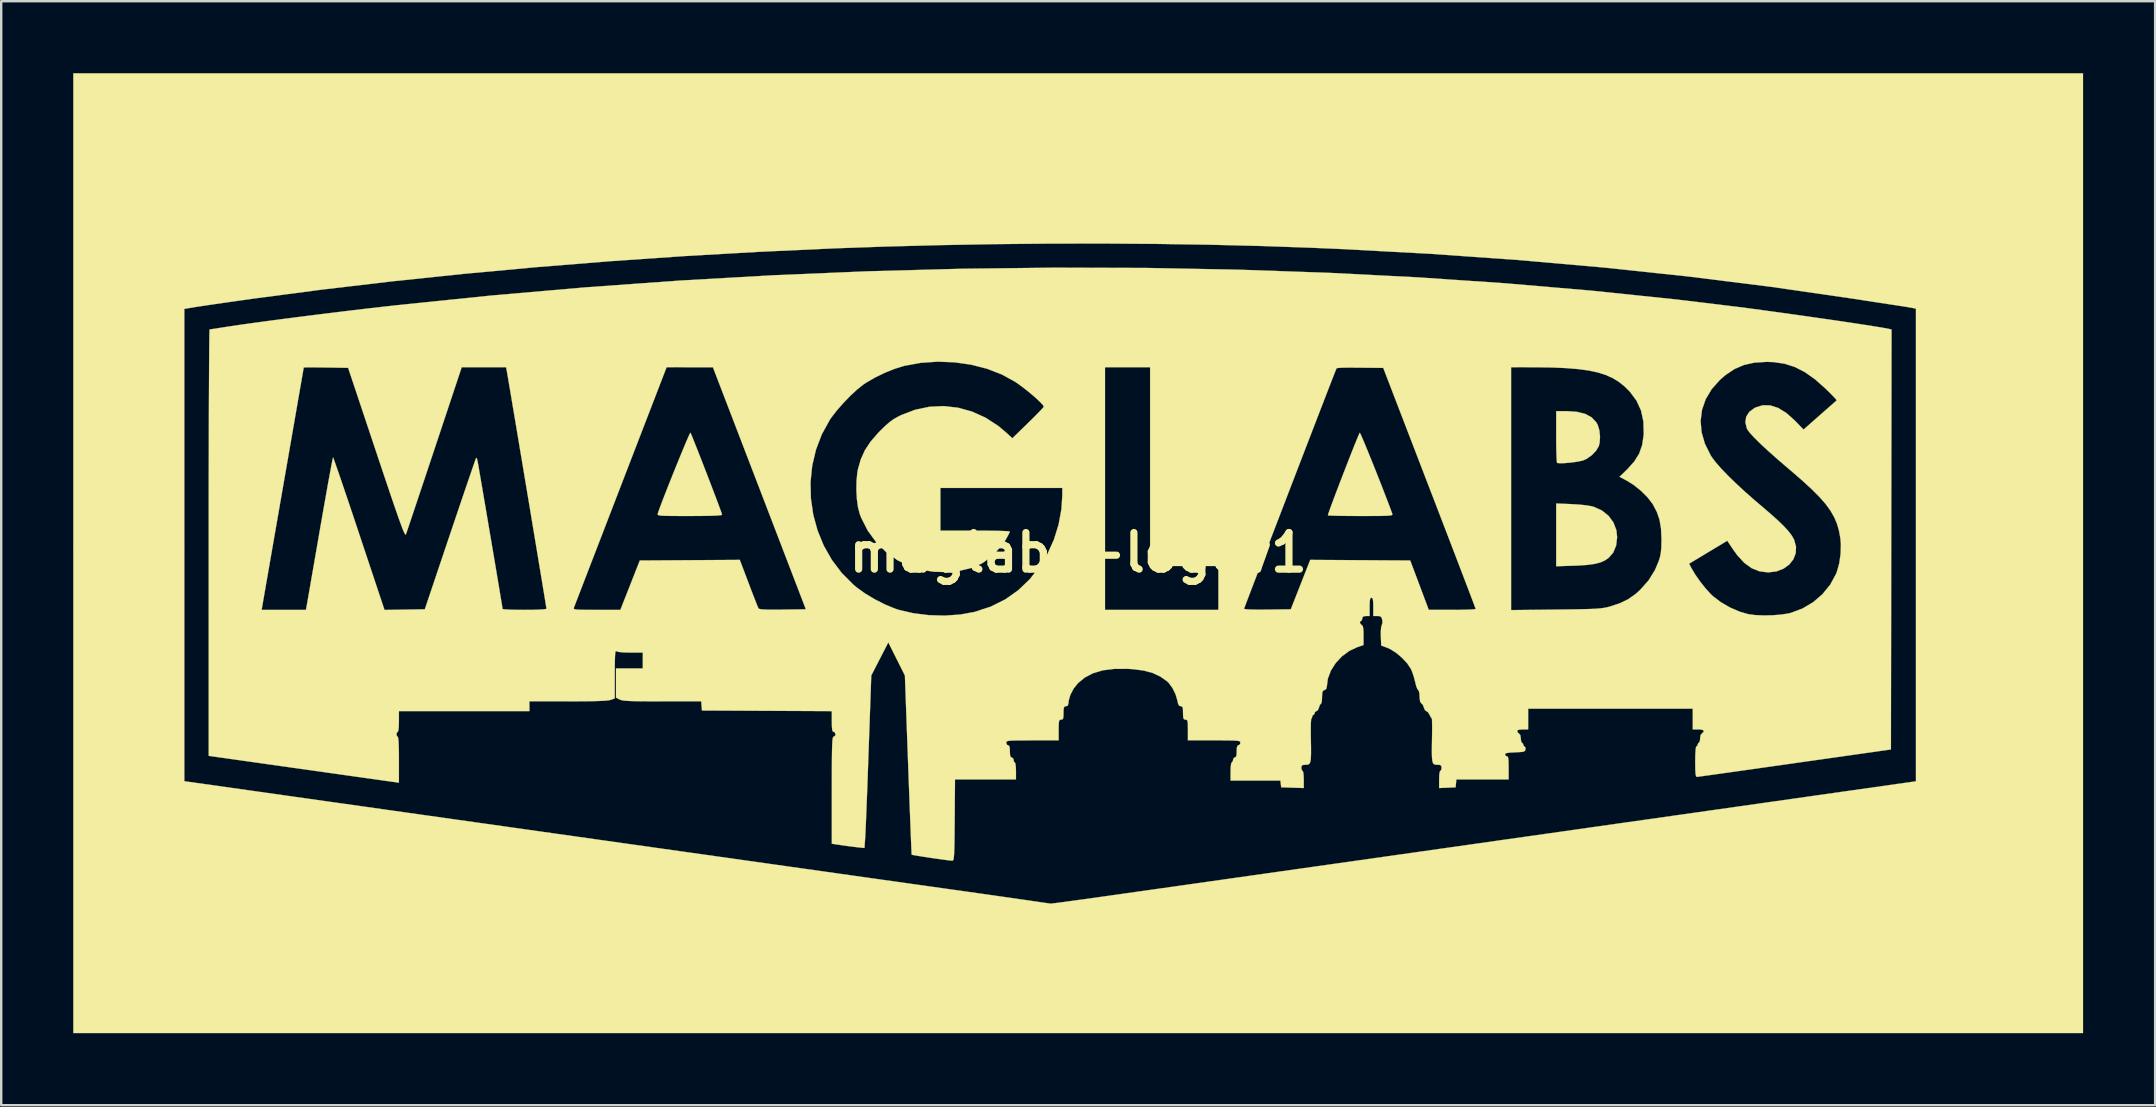
<source format=kicad_pcb>
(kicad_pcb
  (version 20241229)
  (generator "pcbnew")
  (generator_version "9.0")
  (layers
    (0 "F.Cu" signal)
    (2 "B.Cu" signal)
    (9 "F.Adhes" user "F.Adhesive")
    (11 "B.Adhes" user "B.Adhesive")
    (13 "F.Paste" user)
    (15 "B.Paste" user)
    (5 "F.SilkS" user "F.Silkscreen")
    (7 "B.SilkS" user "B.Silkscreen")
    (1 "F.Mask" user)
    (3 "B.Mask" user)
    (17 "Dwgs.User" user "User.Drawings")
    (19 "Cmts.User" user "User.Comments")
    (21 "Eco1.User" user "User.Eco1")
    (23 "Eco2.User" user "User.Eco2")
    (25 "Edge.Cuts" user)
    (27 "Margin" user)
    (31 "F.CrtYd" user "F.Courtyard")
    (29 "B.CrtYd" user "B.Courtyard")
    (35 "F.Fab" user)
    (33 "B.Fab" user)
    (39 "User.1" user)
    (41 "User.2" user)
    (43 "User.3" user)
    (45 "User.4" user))
  (footprint "maglabs-logov1"
    (layer "F.Cu")
    (at 41.864 19.969)
    (property "Reference" "maglabs-logov1" (at 0 0 0) (layer "F.SilkS") (effects (font (size 1.524 1.524) (thickness 0.3))))
    (attr through_hole)
    (fp_poly (pts (xy 20.561 -2.018) (xy 20.87 -1.999) (xy 21.151 -1.97) (xy 21.374 -1.933) (xy 21.473 -1.909) (xy 21.814 -1.755) (xy 22.092 -1.534) (xy 22.297 -1.257) (xy 22.42 -0.936) (xy 22.452 -0.642) (xy 22.411 -0.293) (xy 22.291 -0.002) (xy 22.103 0.217) (xy 21.943 0.327) (xy 21.752 0.412) (xy 21.512 0.473) (xy 21.21 0.514) (xy 20.828 0.54) (xy 20.663 0.546) (xy 19.914 0.57) (xy 19.914 -2.045) (xy 20.561 -2.018)) (stroke (width 0.01) (type solid)) (fill yes) (layer "F.SilkS"))
    (fp_poly (pts (xy 20.77 -5.864) (xy 21.12 -5.778) (xy 21.39 -5.633) (xy 21.582 -5.429) (xy 21.646 -5.314) (xy 21.712 -5.091) (xy 21.739 -4.83) (xy 21.724 -4.578) (xy 21.689 -4.436) (xy 21.575 -4.243) (xy 21.396 -4.057) (xy 21.185 -3.907) (xy 21.035 -3.84) (xy 20.881 -3.803) (xy 20.684 -3.77) (xy 20.469 -3.744) (xy 20.262 -3.727) (xy 20.089 -3.721) (xy 19.976 -3.729) (xy 19.95 -3.74) (xy 19.939 -3.799) (xy 19.93 -3.945) (xy 19.922 -4.161) (xy 19.916 -4.432) (xy 19.914 -4.742) (xy 19.914 -4.834) (xy 19.914 -5.893) (xy 20.337 -5.893) (xy 20.77 -5.864)) (stroke (width 0.01) (type solid)) (fill yes) (layer "F.SilkS"))
    (fp_poly (pts (xy 11.755 -4.953) (xy 11.81 -4.832) (xy 11.892 -4.641) (xy 11.996 -4.392) (xy 12.116 -4.098) (xy 12.249 -3.771) (xy 12.388 -3.424) (xy 12.529 -3.068) (xy 12.667 -2.716) (xy 12.797 -2.381) (xy 12.915 -2.075) (xy 13.014 -1.811) (xy 13.086 -1.613) (xy 13.09 -1.586) (xy 13.073 -1.565) (xy 13.024 -1.55) (xy 12.932 -1.539) (xy 12.787 -1.531) (xy 12.576 -1.527) (xy 12.289 -1.525) (xy 11.916 -1.524) (xy 11.774 -1.524) (xy 11.415 -1.525) (xy 11.09 -1.528) (xy 10.813 -1.532) (xy 10.597 -1.538) (xy 10.456 -1.544) (xy 10.404 -1.551) (xy 10.416 -1.602) (xy 10.461 -1.734) (xy 10.533 -1.935) (xy 10.628 -2.191) (xy 10.741 -2.49) (xy 10.866 -2.819) (xy 10.999 -3.165) (xy 11.134 -3.514) (xy 11.267 -3.855) (xy 11.392 -4.174) (xy 11.505 -4.458) (xy 11.601 -4.695) (xy 11.674 -4.87) (xy 11.72 -4.972) (xy 11.732 -4.992) (xy 11.755 -4.953)) (stroke (width 0.01) (type solid)) (fill yes) (layer "F.SilkS"))
    (fp_poly (pts (xy -16.153 -4.993) (xy -16.126 -4.937) (xy -16.068 -4.799) (xy -15.985 -4.592) (xy -15.881 -4.33) (xy -15.762 -4.027) (xy -15.632 -3.694) (xy -15.497 -3.346) (xy -15.362 -2.995) (xy -15.232 -2.656) (xy -15.112 -2.34) (xy -15.007 -2.063) (xy -14.923 -1.835) (xy -14.864 -1.672) (xy -14.835 -1.586) (xy -14.834 -1.577) (xy -14.884 -1.558) (xy -15.037 -1.544) (xy -15.29 -1.533) (xy -15.645 -1.527) (xy -16.101 -1.524) (xy -16.186 -1.524) (xy -16.591 -1.524) (xy -16.906 -1.526) (xy -17.141 -1.529) (xy -17.308 -1.535) (xy -17.418 -1.544) (xy -17.482 -1.558) (xy -17.511 -1.577) (xy -17.516 -1.602) (xy -17.513 -1.621) (xy -17.479 -1.725) (xy -17.415 -1.902) (xy -17.326 -2.138) (xy -17.217 -2.42) (xy -17.093 -2.735) (xy -16.959 -3.072) (xy -16.821 -3.417) (xy -16.683 -3.757) (xy -16.551 -4.08) (xy -16.429 -4.374) (xy -16.324 -4.624) (xy -16.239 -4.819) (xy -16.181 -4.947) (xy -16.154 -4.993) (xy -16.153 -4.993)) (stroke (width 0.01) (type solid)) (fill yes) (layer "F.SilkS"))
    (fp_poly (pts (xy 41.859 20.015) (xy -41.859 20.015) (xy -41.859 -10.15) (xy -37.236 -10.15) (xy -37.236 -0.312) (xy -37.236 9.525) (xy -33.159 10.1) (xy -32.653 10.172) (xy -32.055 10.256) (xy -31.374 10.353) (xy -30.617 10.459) (xy -29.795 10.575) (xy -28.915 10.7) (xy -27.986 10.831) (xy -27.016 10.968) (xy -26.015 11.109) (xy -24.991 11.254) (xy -23.952 11.4) (xy -22.908 11.548) (xy -21.866 11.695) (xy -20.835 11.84) (xy -20.117 11.942) (xy -18.835 12.123) (xy -17.647 12.291) (xy -16.546 12.446) (xy -15.524 12.59) (xy -14.575 12.724) (xy -13.692 12.849) (xy -12.867 12.965) (xy -12.095 13.074) (xy -11.367 13.177) (xy -10.677 13.274) (xy -10.018 13.367) (xy -9.383 13.457) (xy -8.765 13.544) (xy -8.157 13.63) (xy -7.551 13.715) (xy -6.942 13.801) (xy -6.322 13.888) (xy -5.685 13.978) (xy -5.022 14.071) (xy -5.004 14.073) (xy -4.533 14.14) (xy -4.043 14.209) (xy -3.557 14.278) (xy -3.096 14.344) (xy -2.683 14.403) (xy -2.338 14.453) (xy -2.21 14.471) (xy -1.899 14.517) (xy -1.622 14.557) (xy -1.394 14.59) (xy -1.232 14.613) (xy -1.152 14.624) (xy -1.147 14.625) (xy -1.088 14.619) (xy -0.94 14.601) (xy -0.714 14.572) (xy -0.422 14.532) (xy -0.075 14.485) (xy 0.314 14.432) (xy 0.732 14.373) (xy 0.922 14.346) (xy 1.208 14.306) (xy 1.585 14.253) (xy 2.05 14.187) (xy 2.596 14.11) (xy 3.221 14.021) (xy 3.919 13.923) (xy 4.685 13.814) (xy 5.516 13.696) (xy 6.406 13.57) (xy 7.351 13.436) (xy 8.347 13.295) (xy 9.389 13.147) (xy 10.472 12.994) (xy 11.592 12.835) (xy 12.744 12.672) (xy 13.924 12.505) (xy 15.126 12.334) (xy 16.348 12.161) (xy 17.584 11.985) (xy 18.829 11.809) (xy 20.079 11.632) (xy 21.329 11.454) (xy 22.575 11.277) (xy 23.813 11.102) (xy 25.037 10.928) (xy 26.243 10.757) (xy 27.427 10.589) (xy 28.584 10.425) (xy 29.71 10.265) (xy 30.799 10.11) (xy 31.848 9.961) (xy 32.144 9.919) (xy 34.9 9.528) (xy 34.9 -10.158) (xy 34.785 -10.185) (xy 34.693 -10.203) (xy 34.524 -10.231) (xy 34.3 -10.267) (xy 34.045 -10.306) (xy 34.011 -10.311) (xy 33.754 -10.35) (xy 33.425 -10.4) (xy 33.05 -10.458) (xy 32.657 -10.518) (xy 32.272 -10.577) (xy 32.207 -10.587) (xy 28.832 -11.075) (xy 25.395 -11.504) (xy 21.892 -11.875) (xy 18.318 -12.189) (xy 14.669 -12.446) (xy 10.94 -12.646) (xy 9.703 -12.699) (xy 7.649 -12.771) (xy 5.514 -12.824) (xy 3.315 -12.858) (xy 1.072 -12.874) (xy -1.199 -12.871) (xy -3.479 -12.849) (xy -5.749 -12.808) (xy -7.991 -12.749) (xy -10.16 -12.673) (xy -13.284 -12.529) (xy -16.403 -12.351) (xy -19.502 -12.137) (xy -22.571 -11.89) (xy -25.595 -11.611) (xy -28.561 -11.301) (xy -31.459 -10.96) (xy -34.273 -10.591) (xy -34.798 -10.517) (xy -35.225 -10.456) (xy -35.635 -10.398) (xy -36.013 -10.343) (xy -36.345 -10.294) (xy -36.615 -10.253) (xy -36.81 -10.223) (xy -36.894 -10.209) (xy -37.236 -10.15) (xy -41.859 -10.15) (xy -41.859 -19.964) (xy 41.859 -19.964) (xy 41.859 20.015)) (stroke (width 0.01) (type solid)) (fill yes) (layer "F.SilkS"))
    (fp_poly (pts (xy 2.856 -11.857) (xy 6.661 -11.785) (xy 10.423 -11.655) (xy 14.135 -11.466) (xy 17.789 -11.218) (xy 21.379 -10.911) (xy 24.897 -10.546) (xy 27.478 -10.234) (xy 27.966 -10.171) (xy 28.492 -10.1) (xy 29.045 -10.025) (xy 29.614 -9.946) (xy 30.188 -9.865) (xy 30.757 -9.784) (xy 31.309 -9.705) (xy 31.833 -9.628) (xy 32.319 -9.555) (xy 32.756 -9.488) (xy 33.133 -9.429) (xy 33.439 -9.38) (xy 33.663 -9.34) (xy 33.769 -9.319) (xy 33.884 -9.294) (xy 33.871 -0.546) (xy 33.858 8.202) (xy 29.845 8.772) (xy 29.218 8.861) (xy 28.619 8.946) (xy 28.056 9.026) (xy 27.537 9.099) (xy 27.07 9.165) (xy 26.662 9.222) (xy 26.322 9.27) (xy 26.056 9.306) (xy 25.872 9.332) (xy 25.778 9.344) (xy 25.768 9.345) (xy 25.74 9.318) (xy 25.721 9.229) (xy 25.71 9.064) (xy 25.705 8.814) (xy 25.705 8.712) (xy 25.709 8.437) (xy 25.72 8.233) (xy 25.737 8.11) (xy 25.756 8.077) (xy 25.801 8.036) (xy 25.806 8.001) (xy 25.834 7.933) (xy 25.857 7.925) (xy 25.891 7.88) (xy 25.908 7.77) (xy 25.908 7.745) (xy 25.93 7.601) (xy 25.984 7.537) (xy 26.052 7.473) (xy 26.06 7.437) (xy 26.023 7.389) (xy 25.903 7.368) (xy 25.832 7.366) (xy 25.603 7.366) (xy 25.603 6.502) (xy 18.745 6.502) (xy 18.745 7.366) (xy 18.517 7.366) (xy 18.361 7.378) (xy 18.293 7.415) (xy 18.288 7.437) (xy 18.329 7.515) (xy 18.364 7.537) (xy 18.422 7.61) (xy 18.44 7.745) (xy 18.453 7.864) (xy 18.484 7.923) (xy 18.491 7.925) (xy 18.536 7.966) (xy 18.542 8.001) (xy 18.571 8.069) (xy 18.596 8.077) (xy 18.632 8.119) (xy 18.634 8.191) (xy 18.619 8.248) (xy 18.579 8.283) (xy 18.492 8.304) (xy 18.338 8.315) (xy 18.199 8.321) (xy 17.984 8.332) (xy 17.853 8.351) (xy 17.791 8.38) (xy 17.78 8.409) (xy 17.821 8.475) (xy 17.856 8.484) (xy 17.893 8.501) (xy 17.916 8.564) (xy 17.928 8.69) (xy 17.932 8.896) (xy 17.932 8.966) (xy 17.932 9.449) (xy 15.754 9.449) (xy 15.739 9.614) (xy 15.723 9.779) (xy 15.037 9.809) (xy 15.037 9.451) (xy 15.043 9.268) (xy 15.061 9.141) (xy 15.087 9.093) (xy 15.088 9.093) (xy 15.126 9.05) (xy 15.138 8.966) (xy 15.125 8.88) (xy 15.065 8.845) (xy 14.962 8.839) (xy 14.882 8.835) (xy 14.823 8.815) (xy 14.781 8.765) (xy 14.754 8.673) (xy 14.739 8.527) (xy 14.734 8.314) (xy 14.736 8.021) (xy 14.741 7.755) (xy 14.745 7.475) (xy 14.746 7.233) (xy 14.743 7.048) (xy 14.738 6.936) (xy 14.732 6.909) (xy 14.696 6.868) (xy 14.643 6.767) (xy 14.639 6.756) (xy 14.573 6.652) (xy 14.507 6.604) (xy 14.503 6.604) (xy 14.445 6.56) (xy 14.403 6.456) (xy 14.357 6.34) (xy 14.297 6.28) (xy 14.246 6.212) (xy 14.225 6.056) (xy 14.224 6) (xy 14.213 5.842) (xy 14.182 5.745) (xy 14.164 5.729) (xy 14.124 5.672) (xy 14.078 5.545) (xy 14.04 5.393) (xy 13.984 5.177) (xy 13.91 4.96) (xy 13.86 4.845) (xy 13.71 4.618) (xy 13.496 4.387) (xy 13.25 4.179) (xy 13.001 4.021) (xy 12.892 3.972) (xy 12.624 3.872) (xy 12.609 3.481) (xy 12.608 3.278) (xy 12.621 3.118) (xy 12.644 3.029) (xy 12.647 3.025) (xy 12.675 2.933) (xy 12.669 2.802) (xy 12.668 2.801) (xy 12.633 2.691) (xy 12.564 2.648) (xy 12.465 2.642) (xy 12.294 2.642) (xy 12.294 2.396) (xy 18.034 2.396) (xy 19.901 2.375) (xy 20.394 2.369) (xy 20.797 2.363) (xy 21.123 2.356) (xy 21.383 2.348) (xy 21.588 2.338) (xy 21.752 2.324) (xy 21.885 2.307) (xy 22 2.286) (xy 22.109 2.26) (xy 22.157 2.247) (xy 22.569 2.111) (xy 22.913 1.943) (xy 23.223 1.723) (xy 23.408 1.557) (xy 23.762 1.159) (xy 24.03 0.725) (xy 24.14 0.463) (xy 25.451 0.463) (xy 25.534 0.625) (xy 25.692 0.895) (xy 25.9 1.193) (xy 26.129 1.483) (xy 26.353 1.73) (xy 26.438 1.811) (xy 26.767 2.063) (xy 27.155 2.288) (xy 27.563 2.464) (xy 27.915 2.566) (xy 28.204 2.604) (xy 28.554 2.619) (xy 28.928 2.612) (xy 29.289 2.583) (xy 29.6 2.534) (xy 29.689 2.512) (xy 30.174 2.331) (xy 30.617 2.068) (xy 31.005 1.734) (xy 31.327 1.34) (xy 31.567 0.899) (xy 31.604 0.808) (xy 31.704 0.454) (xy 31.762 0.052) (xy 31.773 -0.353) (xy 31.751 -0.599) (xy 31.695 -0.91) (xy 31.612 -1.198) (xy 31.496 -1.473) (xy 31.34 -1.745) (xy 31.137 -2.024) (xy 30.878 -2.32) (xy 30.558 -2.641) (xy 30.168 -2.999) (xy 29.702 -3.402) (xy 29.641 -3.454) (xy 29.181 -3.848) (xy 28.783 -4.2) (xy 28.45 -4.506) (xy 28.187 -4.764) (xy 27.996 -4.97) (xy 27.881 -5.121) (xy 27.857 -5.167) (xy 27.794 -5.424) (xy 27.828 -5.658) (xy 27.957 -5.86) (xy 28.176 -6.023) (xy 28.218 -6.044) (xy 28.521 -6.138) (xy 28.836 -6.131) (xy 29.162 -6.024) (xy 29.498 -5.818) (xy 29.841 -5.514) (xy 29.854 -5.5) (xy 30.218 -5.125) (xy 30.895 -5.722) (xy 31.115 -5.916) (xy 31.308 -6.085) (xy 31.461 -6.22) (xy 31.562 -6.308) (xy 31.598 -6.339) (xy 31.573 -6.38) (xy 31.486 -6.476) (xy 31.351 -6.616) (xy 31.18 -6.785) (xy 31.131 -6.833) (xy 30.694 -7.22) (xy 30.274 -7.517) (xy 29.856 -7.731) (xy 29.426 -7.868) (xy 28.968 -7.935) (xy 28.677 -7.945) (xy 28.175 -7.913) (xy 27.737 -7.816) (xy 27.341 -7.646) (xy 26.967 -7.396) (xy 26.729 -7.188) (xy 26.387 -6.803) (xy 26.139 -6.386) (xy 25.987 -5.943) (xy 25.93 -5.482) (xy 25.97 -5.01) (xy 26.108 -4.534) (xy 26.343 -4.061) (xy 26.398 -3.974) (xy 26.552 -3.768) (xy 26.777 -3.511) (xy 27.062 -3.214) (xy 27.397 -2.887) (xy 27.772 -2.54) (xy 28.176 -2.184) (xy 28.423 -1.974) (xy 28.814 -1.64) (xy 29.131 -1.358) (xy 29.38 -1.117) (xy 29.571 -0.912) (xy 29.711 -0.732) (xy 29.807 -0.571) (xy 29.828 -0.526) (xy 29.905 -0.241) (xy 29.89 0.032) (xy 29.793 0.282) (xy 29.622 0.499) (xy 29.386 0.669) (xy 29.096 0.782) (xy 28.761 0.825) (xy 28.739 0.825) (xy 28.386 0.782) (xy 28.057 0.65) (xy 27.748 0.426) (xy 27.454 0.106) (xy 27.29 -0.122) (xy 27.041 -0.493) (xy 26.246 -0.015) (xy 25.451 0.463) (xy 24.14 0.463) (xy 24.185 0.356) (xy 24.24 0.177) (xy 24.274 -0.001) (xy 24.293 -0.209) (xy 24.3 -0.479) (xy 24.3 -0.559) (xy 24.281 -0.995) (xy 24.219 -1.365) (xy 24.106 -1.695) (xy 23.937 -2.014) (xy 23.918 -2.043) (xy 23.716 -2.305) (xy 23.45 -2.57) (xy 23.152 -2.81) (xy 22.87 -2.988) (xy 22.553 -3.157) (xy 22.876 -3.471) (xy 23.166 -3.793) (xy 23.369 -4.119) (xy 23.494 -4.474) (xy 23.555 -4.883) (xy 23.56 -4.955) (xy 23.546 -5.462) (xy 23.448 -5.916) (xy 23.261 -6.327) (xy 22.982 -6.703) (xy 22.762 -6.922) (xy 22.529 -7.109) (xy 22.273 -7.266) (xy 21.984 -7.397) (xy 21.654 -7.502) (xy 21.272 -7.584) (xy 20.829 -7.644) (xy 20.314 -7.686) (xy 19.72 -7.711) (xy 19.035 -7.72) (xy 18.961 -7.72) (xy 18.034 -7.722) (xy 18.034 2.396) (xy 12.294 2.396) (xy 12.294 2.261) (xy 12.29 2.06) (xy 12.275 1.942) (xy 12.247 1.888) (xy 12.217 1.88) (xy 12.177 1.9) (xy 12.154 1.972) (xy 12.143 2.114) (xy 12.141 2.261) (xy 12.141 2.642) (xy 11.989 2.642) (xy 11.877 2.658) (xy 11.838 2.717) (xy 11.836 2.743) (xy 11.815 2.826) (xy 11.786 2.845) (xy 11.739 2.878) (xy 11.745 2.948) (xy 11.797 3.009) (xy 11.811 3.016) (xy 11.851 3.056) (xy 11.875 3.15) (xy 11.886 3.317) (xy 11.887 3.449) (xy 11.887 3.853) (xy 11.645 3.933) (xy 11.301 4.092) (xy 10.99 4.321) (xy 10.728 4.602) (xy 10.527 4.918) (xy 10.401 5.252) (xy 10.363 5.55) (xy 10.338 5.674) (xy 10.262 5.726) (xy 10.201 5.757) (xy 10.171 5.829) (xy 10.16 5.967) (xy 10.16 6.026) (xy 10.152 6.177) (xy 10.132 6.276) (xy 10.113 6.299) (xy 10.071 6.343) (xy 10.034 6.449) (xy 10.033 6.452) (xy 9.989 6.558) (xy 9.928 6.604) (xy 9.927 6.604) (xy 9.864 6.645) (xy 9.855 6.68) (xy 9.828 6.748) (xy 9.804 6.756) (xy 9.759 6.798) (xy 9.754 6.833) (xy 9.733 6.9) (xy 9.716 6.909) (xy 9.704 6.957) (xy 9.695 7.09) (xy 9.691 7.291) (xy 9.691 7.543) (xy 9.694 7.755) (xy 9.7 8.113) (xy 9.7 8.382) (xy 9.693 8.575) (xy 9.675 8.704) (xy 9.644 8.783) (xy 9.597 8.823) (xy 9.532 8.837) (xy 9.473 8.839) (xy 9.353 8.849) (xy 9.305 8.892) (xy 9.296 8.966) (xy 9.314 9.062) (xy 9.347 9.093) (xy 9.373 9.14) (xy 9.391 9.266) (xy 9.398 9.449) (xy 9.398 9.451) (xy 9.398 9.808) (xy 8.458 9.779) (xy 8.442 9.639) (xy 8.426 9.5) (xy 6.35 9.5) (xy 6.35 9.119) (xy 6.356 8.927) (xy 6.373 8.793) (xy 6.398 8.738) (xy 6.401 8.738) (xy 6.442 8.695) (xy 6.452 8.636) (xy 6.483 8.553) (xy 6.528 8.534) (xy 6.576 8.507) (xy 6.599 8.413) (xy 6.604 8.28) (xy 6.612 8.121) (xy 6.64 8.043) (xy 6.68 8.026) (xy 6.742 7.984) (xy 6.756 7.925) (xy 6.753 7.891) (xy 6.733 7.866) (xy 6.684 7.848) (xy 6.595 7.836) (xy 6.451 7.829) (xy 6.241 7.825) (xy 5.952 7.823) (xy 5.664 7.823) (xy 4.572 7.823) (xy 4.572 7.391) (xy 4.57 7.181) (xy 4.561 7.053) (xy 4.541 6.987) (xy 4.504 6.962) (xy 4.47 6.96) (xy 4.412 6.947) (xy 4.381 6.895) (xy 4.37 6.778) (xy 4.369 6.68) (xy 4.364 6.518) (xy 4.345 6.434) (xy 4.302 6.403) (xy 4.272 6.401) (xy 4.203 6.375) (xy 4.159 6.284) (xy 4.139 6.185) (xy 4.062 5.915) (xy 3.934 5.651) (xy 3.776 5.433) (xy 3.704 5.364) (xy 3.421 5.163) (xy 3.105 5.016) (xy 2.736 4.916) (xy 2.298 4.858) (xy 2.057 4.843) (xy 1.506 4.845) (xy 1.031 4.904) (xy 0.624 5.024) (xy 0.277 5.205) (xy -0.004 5.436) (xy -0.186 5.662) (xy -0.323 5.92) (xy -0.397 6.176) (xy -0.406 6.283) (xy -0.434 6.378) (xy -0.508 6.401) (xy -0.567 6.413) (xy -0.597 6.465) (xy -0.609 6.582) (xy -0.61 6.68) (xy -0.614 6.842) (xy -0.633 6.926) (xy -0.676 6.957) (xy -0.711 6.96) (xy -0.761 6.968) (xy -0.791 7.005) (xy -0.806 7.092) (xy -0.812 7.247) (xy -0.813 7.391) (xy -0.813 7.823) (xy -1.905 7.823) (xy -2.264 7.824) (xy -2.535 7.825) (xy -2.729 7.83) (xy -2.86 7.838) (xy -2.939 7.852) (xy -2.98 7.871) (xy -2.995 7.898) (xy -2.997 7.925) (xy -2.965 8.008) (xy -2.921 8.026) (xy -2.873 8.054) (xy -2.85 8.148) (xy -2.845 8.28) (xy -2.837 8.44) (xy -2.808 8.518) (xy -2.769 8.534) (xy -2.707 8.577) (xy -2.692 8.636) (xy -2.671 8.719) (xy -2.642 8.738) (xy -2.616 8.785) (xy -2.598 8.911) (xy -2.591 9.093) (xy -2.591 9.093) (xy -2.591 9.449) (xy -5.131 9.449) (xy -5.132 9.588) (xy -5.133 9.673) (xy -5.134 9.846) (xy -5.136 10.092) (xy -5.139 10.399) (xy -5.141 10.752) (xy -5.144 11.137) (xy -5.145 11.277) (xy -5.149 11.72) (xy -5.153 12.072) (xy -5.159 12.343) (xy -5.167 12.543) (xy -5.178 12.681) (xy -5.191 12.769) (xy -5.208 12.817) (xy -5.229 12.833) (xy -5.232 12.834) (xy -5.307 12.829) (xy -5.462 12.812) (xy -5.681 12.783) (xy -5.943 12.746) (xy -6.117 12.721) (xy -6.39 12.679) (xy -6.625 12.642) (xy -6.805 12.612) (xy -6.913 12.592) (xy -6.936 12.586) (xy -6.939 12.534) (xy -6.946 12.389) (xy -6.956 12.158) (xy -6.968 11.85) (xy -6.983 11.472) (xy -7 11.032) (xy -7.019 10.539) (xy -7.039 10) (xy -7.061 9.423) (xy -7.082 8.847) (xy -7.218 5.121) (xy -7.909 3.741) (xy -8.264 4.431) (xy -8.619 5.122) (xy -8.73 8.263) (xy -8.75 8.834) (xy -8.77 9.386) (xy -8.789 9.909) (xy -8.808 10.392) (xy -8.825 10.826) (xy -8.84 11.2) (xy -8.853 11.503) (xy -8.864 11.725) (xy -8.871 11.856) (xy -8.902 12.307) (xy -9.188 12.277) (xy -9.388 12.253) (xy -9.634 12.221) (xy -9.868 12.188) (xy -10.262 12.129) (xy -10.262 9.9) (xy -10.261 9.36) (xy -10.26 8.914) (xy -10.258 8.552) (xy -10.254 8.266) (xy -10.248 8.047) (xy -10.241 7.888) (xy -10.231 7.779) (xy -10.218 7.712) (xy -10.202 7.679) (xy -10.185 7.671) (xy -10.123 7.628) (xy -10.109 7.569) (xy -10.141 7.486) (xy -10.185 7.468) (xy -10.224 7.449) (xy -10.247 7.382) (xy -10.258 7.248) (xy -10.262 7.036) (xy -10.262 6.605) (xy -15.672 6.579) (xy -15.703 6.198) (xy -17.328 6.198) (xy -17.793 6.197) (xy -18.167 6.195) (xy -18.46 6.19) (xy -18.685 6.183) (xy -18.851 6.173) (xy -18.969 6.159) (xy -19.051 6.141) (xy -19.103 6.12) (xy -19.253 6.043) (xy -19.253 4.826) (xy -18.136 4.826) (xy -18.136 4.166) (xy -18.659 4.166) (xy -18.941 4.159) (xy -19.136 4.14) (xy -19.237 4.11) (xy -19.243 4.105) (xy -19.265 4.105) (xy -19.281 4.16) (xy -19.292 4.28) (xy -19.299 4.474) (xy -19.303 4.753) (xy -19.304 5.06) (xy -19.304 6.076) (xy -19.473 6.137) (xy -19.569 6.156) (xy -19.743 6.172) (xy -19.999 6.184) (xy -20.341 6.192) (xy -20.776 6.196) (xy -21.251 6.198) (xy -22.86 6.198) (xy -22.86 6.604) (xy -28.296 6.604) (xy -28.296 7.036) (xy -28.301 7.246) (xy -28.317 7.395) (xy -28.34 7.465) (xy -28.346 7.468) (xy -28.388 7.51) (xy -28.397 7.569) (xy -28.376 7.652) (xy -28.346 7.671) (xy -28.327 7.72) (xy -28.312 7.865) (xy -28.302 8.099) (xy -28.296 8.415) (xy -28.296 8.628) (xy -28.296 9.585) (xy -28.74 9.524) (xy -28.865 9.506) (xy -29.082 9.476) (xy -29.38 9.434) (xy -29.75 9.382) (xy -30.183 9.321) (xy -30.669 9.252) (xy -31.2 9.177) (xy -31.764 9.097) (xy -32.353 9.014) (xy -32.703 8.965) (xy -36.22 8.468) (xy -36.22 2.388) (xy -34.016 2.388) (xy -32.169 2.388) (xy -32.143 2.248) (xy -32.13 2.174) (xy -32.101 2.009) (xy -32.058 1.762) (xy -32.002 1.442) (xy -31.936 1.059) (xy -31.86 0.621) (xy -31.776 0.138) (xy -31.686 -0.38) (xy -31.592 -0.926) (xy -31.592 -0.927) (xy -31.497 -1.468) (xy -31.408 -1.978) (xy -31.324 -2.449) (xy -31.249 -2.872) (xy -31.182 -3.238) (xy -31.126 -3.538) (xy -31.083 -3.765) (xy -31.054 -3.909) (xy -31.04 -3.962) (xy -31.039 -3.962) (xy -31.019 -3.916) (xy -30.97 -3.78) (xy -30.894 -3.564) (xy -30.794 -3.276) (xy -30.673 -2.923) (xy -30.534 -2.513) (xy -30.379 -2.054) (xy -30.211 -1.555) (xy -30.033 -1.023) (xy -29.955 -0.786) (xy -28.896 2.39) (xy -28.057 2.376) (xy -27.217 2.362) (xy -26.16 -0.78) (xy -25.977 -1.321) (xy -25.804 -1.833) (xy -25.643 -2.309) (xy -25.496 -2.74) (xy -25.367 -3.117) (xy -25.259 -3.434) (xy -25.173 -3.682) (xy -25.113 -3.852) (xy -25.082 -3.937) (xy -25.078 -3.946) (xy -25.052 -3.921) (xy -25.024 -3.826) (xy -25.024 -3.826) (xy -25.009 -3.749) (xy -24.98 -3.584) (xy -24.939 -3.343) (xy -24.886 -3.035) (xy -24.823 -2.672) (xy -24.754 -2.264) (xy -24.678 -1.821) (xy -24.599 -1.354) (xy -24.518 -0.874) (xy -24.436 -0.391) (xy -24.355 0.084) (xy -24.278 0.542) (xy -24.206 0.97) (xy -24.141 1.36) (xy -24.084 1.699) (xy -24.038 1.978) (xy -24.003 2.187) (xy -23.983 2.314) (xy -23.978 2.349) (xy -23.93 2.362) (xy -23.796 2.372) (xy -23.593 2.381) (xy -23.336 2.386) (xy -23.063 2.388) (xy -22.734 2.385) (xy -22.468 2.377) (xy -22.276 2.366) (xy -22.168 2.35) (xy -22.149 2.339) (xy -22.15 2.329) (xy -21.014 2.329) (xy -20.995 2.352) (xy -20.939 2.368) (xy -20.834 2.378) (xy -20.666 2.384) (xy -20.423 2.387) (xy -20.093 2.388) (xy -20.056 2.388) (xy -19.071 2.388) (xy -18.261 0.33) (xy -16.179 0.317) (xy -14.097 0.304) (xy -13.725 1.284) (xy -13.612 1.583) (xy -13.508 1.851) (xy -13.421 2.073) (xy -13.356 2.235) (xy -13.319 2.32) (xy -13.316 2.327) (xy -13.273 2.35) (xy -13.173 2.366) (xy -13.004 2.376) (xy -12.756 2.379) (xy -12.42 2.377) (xy -12.31 2.376) (xy -11.344 2.362) (xy -13.279 -2.679) (xy -13.379 -2.939) (xy -11.149 -2.939) (xy -11.134 -2.257) (xy -11.037 -1.581) (xy -10.857 -0.922) (xy -10.599 -0.291) (xy -10.262 0.303) (xy -9.849 0.85) (xy -9.362 1.338) (xy -9.22 1.456) (xy -8.874 1.706) (xy -8.47 1.947) (xy -8.047 2.162) (xy -7.639 2.331) (xy -7.467 2.388) (xy -6.863 2.528) (xy -6.217 2.608) (xy -5.559 2.626) (xy -4.918 2.582) (xy -4.325 2.474) (xy -4.299 2.468) (xy -3.639 2.251) (xy -3.039 1.952) (xy -2.498 1.571) (xy -2.013 1.107) (xy -1.584 0.558) (xy -1.274 0.045) (xy -1.01 -0.538) (xy -0.815 -1.169) (xy -0.696 -1.817) (xy -0.661 -2.375) (xy -0.66 -2.692) (xy -5.74 -2.692) (xy -5.74 -0.914) (xy -4.293 -0.914) (xy -3.921 -0.913) (xy -3.585 -0.91) (xy -3.296 -0.904) (xy -3.069 -0.897) (xy -2.915 -0.888) (xy -2.847 -0.878) (xy -2.845 -0.876) (xy -2.869 -0.815) (xy -2.931 -0.695) (xy -3.006 -0.559) (xy -3.178 -0.309) (xy -3.407 -0.048) (xy -3.663 0.195) (xy -3.918 0.393) (xy -4.048 0.471) (xy -4.474 0.648) (xy -4.957 0.763) (xy -5.475 0.813) (xy -6.005 0.799) (xy -6.522 0.721) (xy -7.004 0.576) (xy -7.01 0.573) (xy -7.532 0.315) (xy -8.005 -0.026) (xy -8.421 -0.441) (xy -8.768 -0.918) (xy -9.037 -1.447) (xy -9.1 -1.612) (xy -9.172 -1.889) (xy -9.218 -2.233) (xy -9.239 -2.61) (xy -9.233 -2.987) (xy -9.199 -3.332) (xy -9.173 -3.473) (xy -9.053 -3.89) (xy -8.884 -4.263) (xy -8.65 -4.618) (xy -8.339 -4.978) (xy -8.258 -5.061) (xy -8.038 -5.276) (xy -7.856 -5.435) (xy -7.687 -5.557) (xy -7.502 -5.662) (xy -7.366 -5.73) (xy -6.786 -5.951) (xy -6.193 -6.074) (xy -5.595 -6.102) (xy -5.001 -6.034) (xy -4.419 -5.873) (xy -3.859 -5.62) (xy -3.329 -5.276) (xy -3.017 -5.015) (xy -2.741 -4.763) (xy -2.094 -5.391) (xy -1.884 -5.597) (xy -1.701 -5.782) (xy -1.556 -5.932) (xy -1.463 -6.035) (xy -1.432 -6.077) (xy -1.462 -6.138) (xy -1.559 -6.246) (xy -1.707 -6.388) (xy -1.892 -6.552) (xy -2.1 -6.725) (xy -2.314 -6.893) (xy -2.52 -7.043) (xy -2.624 -7.114) (xy -3.176 -7.418) (xy -3.791 -7.656) (xy -4.045 -7.722) (xy 1.118 -7.722) (xy 1.118 2.388) (xy 5.842 2.388) (xy 5.842 2.345) (xy 6.909 2.345) (xy 6.957 2.358) (xy 7.091 2.369) (xy 7.296 2.375) (xy 7.556 2.378) (xy 7.855 2.376) (xy 7.884 2.376) (xy 8.858 2.362) (xy 9.263 1.333) (xy 9.668 0.304) (xy 11.751 0.317) (xy 13.833 0.33) (xy 14.605 2.386) (xy 15.583 2.387) (xy 15.885 2.385) (xy 16.15 2.38) (xy 16.361 2.372) (xy 16.502 2.362) (xy 16.559 2.351) (xy 16.56 2.349) (xy 16.542 2.298) (xy 16.49 2.158) (xy 16.406 1.935) (xy 16.293 1.637) (xy 16.152 1.268) (xy 15.987 0.836) (xy 15.8 0.347) (xy 15.593 -0.194) (xy 15.369 -0.779) (xy 15.129 -1.403) (xy 14.877 -2.06) (xy 14.633 -2.692) (xy 12.708 -7.696) (xy 11.745 -7.71) (xy 11.39 -7.713) (xy 11.126 -7.712) (xy 10.941 -7.705) (xy 10.825 -7.692) (xy 10.766 -7.672) (xy 10.755 -7.659) (xy 10.714 -7.556) (xy 10.641 -7.369) (xy 10.539 -7.108) (xy 10.411 -6.779) (xy 10.261 -6.39) (xy 10.09 -5.949) (xy 9.903 -5.462) (xy 9.701 -4.939) (xy 9.488 -4.386) (xy 9.266 -3.81) (xy 9.039 -3.221) (xy 8.81 -2.624) (xy 8.581 -2.027) (xy 8.355 -1.439) (xy 8.135 -0.866) (xy 7.924 -0.317) (xy 7.725 0.201) (xy 7.541 0.682) (xy 7.375 1.116) (xy 7.23 1.497) (xy 7.108 1.816) (xy 7.012 2.067) (xy 6.946 2.242) (xy 6.913 2.334) (xy 6.909 2.345) (xy 5.842 2.345) (xy 5.842 0.559) (xy 2.997 0.559) (xy 2.997 -7.722) (xy 1.118 -7.722) (xy -4.045 -7.722) (xy -4.453 -7.826) (xy -5.145 -7.926) (xy -5.85 -7.953) (xy -6.554 -7.905) (xy -7.238 -7.78) (xy -7.275 -7.77) (xy -7.653 -7.652) (xy -8.065 -7.485) (xy -8.471 -7.287) (xy -8.833 -7.077) (xy -8.959 -6.992) (xy -9.216 -6.786) (xy -9.501 -6.52) (xy -9.791 -6.22) (xy -10.059 -5.913) (xy -10.281 -5.626) (xy -10.347 -5.528) (xy -10.681 -4.922) (xy -10.924 -4.282) (xy -11.08 -3.617) (xy -11.149 -2.939) (xy -13.379 -2.939) (xy -15.215 -7.719) (xy -16.18 -7.72) (xy -17.145 -7.722) (xy -19.06 -2.756) (xy -19.322 -2.076) (xy -19.574 -1.423) (xy -19.813 -0.801) (xy -20.038 -0.218) (xy -20.246 0.32) (xy -20.434 0.807) (xy -20.599 1.237) (xy -20.74 1.603) (xy -20.854 1.898) (xy -20.938 2.117) (xy -20.991 2.253) (xy -21.008 2.299) (xy -21.014 2.329) (xy -22.15 2.329) (xy -22.157 2.284) (xy -22.181 2.137) (xy -22.218 1.906) (xy -22.269 1.6) (xy -22.33 1.227) (xy -22.402 0.795) (xy -22.482 0.313) (xy -22.569 -0.212) (xy -22.662 -0.77) (xy -22.759 -1.354) (xy -22.859 -1.956) (xy -22.961 -2.566) (xy -23.063 -3.178) (xy -23.164 -3.781) (xy -23.263 -4.369) (xy -23.357 -4.933) (xy -23.446 -5.465) (xy -23.529 -5.956) (xy -23.603 -6.398) (xy -23.668 -6.782) (xy -23.722 -7.102) (xy -23.764 -7.347) (xy -23.792 -7.51) (xy -23.805 -7.582) (xy -23.833 -7.722) (xy -25.68 -7.722) (xy -26.817 -4.305) (xy -27.007 -3.737) (xy -27.187 -3.195) (xy -27.357 -2.686) (xy -27.513 -2.22) (xy -27.652 -1.804) (xy -27.772 -1.447) (xy -27.87 -1.155) (xy -27.943 -0.938) (xy -27.989 -0.804) (xy -28.004 -0.762) (xy -28.017 -0.749) (xy -28.038 -0.765) (xy -28.069 -0.818) (xy -28.111 -0.911) (xy -28.167 -1.052) (xy -28.239 -1.245) (xy -28.33 -1.498) (xy -28.44 -1.815) (xy -28.573 -2.203) (xy -28.73 -2.667) (xy -28.914 -3.213) (xy -29.127 -3.848) (xy -29.233 -4.166) (xy -30.412 -7.696) (xy -31.335 -7.71) (xy -31.629 -7.714) (xy -31.884 -7.716) (xy -32.085 -7.716) (xy -32.216 -7.714) (xy -32.261 -7.71) (xy -32.27 -7.659) (xy -32.295 -7.515) (xy -32.335 -7.284) (xy -32.389 -6.973) (xy -32.456 -6.589) (xy -32.534 -6.138) (xy -32.623 -5.627) (xy -32.721 -5.063) (xy -32.827 -4.452) (xy -32.94 -3.802) (xy -33.059 -3.119) (xy -33.14 -2.654) (xy -34.016 2.388) (xy -36.22 2.388) (xy -36.22 -0.414) (xy -36.22 -1.356) (xy -36.22 -2.27) (xy -36.219 -3.151) (xy -36.217 -3.995) (xy -36.215 -4.795) (xy -36.213 -5.546) (xy -36.211 -6.245) (xy -36.208 -6.884) (xy -36.205 -7.46) (xy -36.202 -7.967) (xy -36.199 -8.401) (xy -36.195 -8.754) (xy -36.192 -9.024) (xy -36.188 -9.204) (xy -36.184 -9.29) (xy -36.182 -9.297) (xy -36.118 -9.304) (xy -35.979 -9.325) (xy -35.788 -9.355) (xy -35.687 -9.371) (xy -35.318 -9.428) (xy -34.862 -9.495) (xy -34.329 -9.569) (xy -33.735 -9.65) (xy -33.09 -9.735) (xy -32.409 -9.823) (xy -31.704 -9.912) (xy -30.988 -10) (xy -30.273 -10.087) (xy -29.572 -10.17) (xy -28.899 -10.247) (xy -28.346 -10.309) (xy -24.436 -10.709) (xy -20.515 -11.049) (xy -16.59 -11.331) (xy -12.668 -11.554) (xy -8.756 -11.718) (xy -4.86 -11.823) (xy -0.987 -11.869) (xy 2.856 -11.857)) (stroke (width 0.01) (type solid)) (fill yes) (layer "F.SilkS")))
  (gr_rect
    (start -3 -3)
    (end 86.728 42.99)
    (stroke (width 0.1) (type default))
    (fill no)
    (layer "Edge.Cuts")))
</source>
